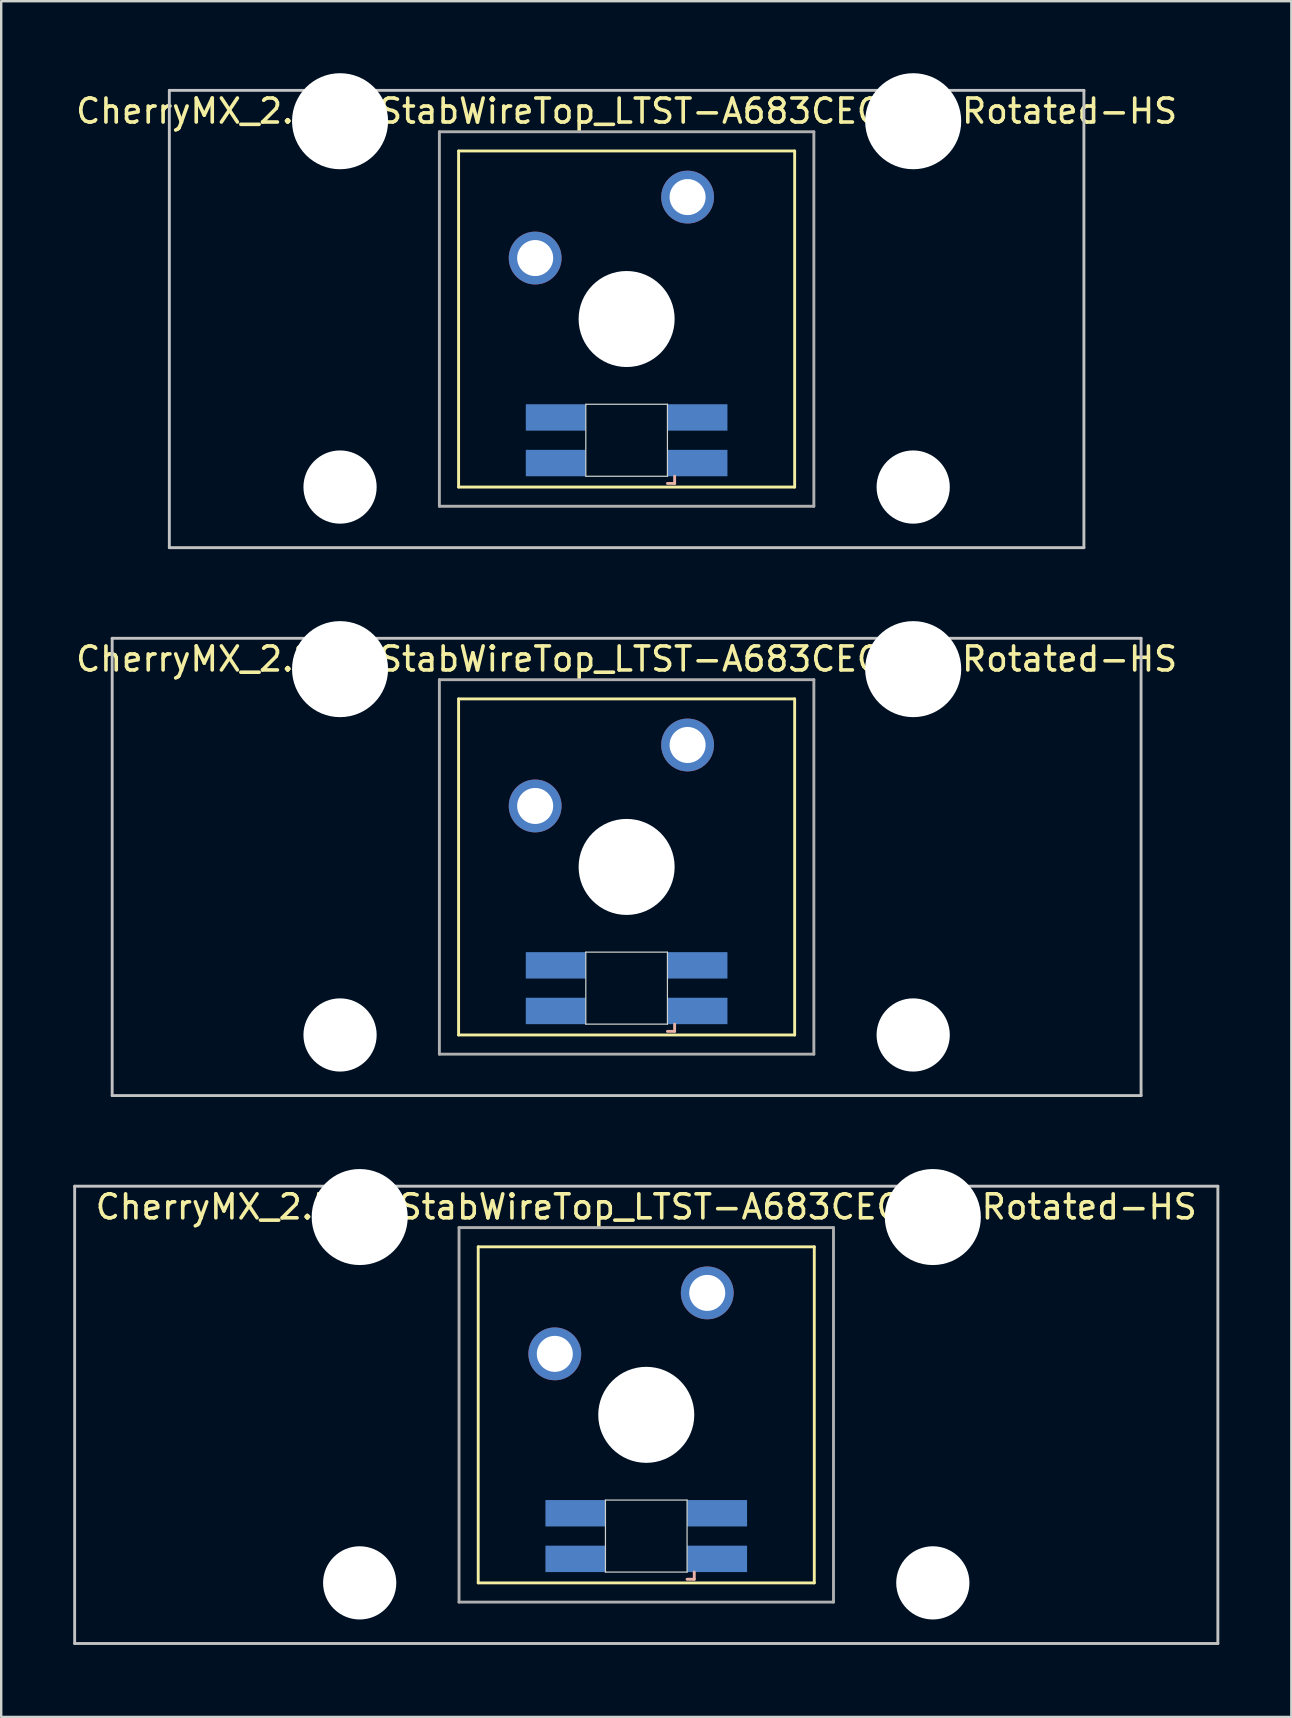
<source format=kicad_pcb>
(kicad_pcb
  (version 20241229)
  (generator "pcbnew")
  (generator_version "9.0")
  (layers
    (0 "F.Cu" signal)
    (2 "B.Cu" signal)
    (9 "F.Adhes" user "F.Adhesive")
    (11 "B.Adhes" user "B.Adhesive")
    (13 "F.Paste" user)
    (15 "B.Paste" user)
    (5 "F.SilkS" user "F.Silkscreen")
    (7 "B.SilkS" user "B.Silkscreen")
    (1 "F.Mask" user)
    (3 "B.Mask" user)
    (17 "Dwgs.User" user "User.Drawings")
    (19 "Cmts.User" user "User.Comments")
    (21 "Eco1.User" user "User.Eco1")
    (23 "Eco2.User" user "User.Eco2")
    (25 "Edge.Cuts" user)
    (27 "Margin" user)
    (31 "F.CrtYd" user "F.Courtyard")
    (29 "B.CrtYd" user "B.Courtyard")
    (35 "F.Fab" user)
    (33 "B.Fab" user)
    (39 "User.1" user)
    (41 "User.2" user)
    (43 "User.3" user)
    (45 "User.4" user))
  (footprint "CherryMX_2.25u_StabWireTop_LTST-A683CEGBW-Rotated-HS"
    (layer "F.Cu")
    (at 23.054 33.065)
    (property "Reference" "CherryMX_2.25u_StabWireTop_LTST-A683CEGBW-Rotated-HS" (at 0 -8.662 0) (layer "F.SilkS") (effects (font (size 1 1) (thickness 0.15))))
    (attr through_hole)
    (fp_line (start -7 -7) (end -7 7) (stroke (width 0.12) (type solid)) (layer "F.SilkS"))
    (fp_line (start -7 -7) (end 7 -7) (stroke (width 0.12) (type solid)) (layer "F.SilkS"))
    (fp_line (start 7 -7) (end 7 7) (stroke (width 0.12) (type solid)) (layer "F.SilkS"))
    (fp_line (start 7 7) (end -7 7) (stroke (width 0.12) (type solid)) (layer "F.SilkS"))
    (fp_line (start 1.7 6.85) (end 2 6.85) (stroke (width 0.12) (type solid)) (layer "B.SilkS"))
    (fp_line (start 2 6.85) (end 2 6.55) (stroke (width 0.12) (type solid)) (layer "B.SilkS"))
    (fp_line (start -21.431 -9.525) (end 21.431 -9.525) (stroke (width 0.12) (type solid)) (layer "Dwgs.User"))
    (fp_line (start -21.431 9.525) (end -21.431 -9.525) (stroke (width 0.12) (type solid)) (layer "Dwgs.User"))
    (fp_line (start 21.431 -9.525) (end 21.431 9.525) (stroke (width 0.12) (type solid)) (layer "Dwgs.User"))
    (fp_line (start 21.431 9.525) (end -21.431 9.525) (stroke (width 0.12) (type solid)) (layer "Dwgs.User"))
    (fp_line (start -1.7 3.55) (end 1.7 3.55) (stroke (width 0.05) (type solid)) (layer "Edge.Cuts"))
    (fp_line (start -1.7 6.55) (end -1.7 3.55) (stroke (width 0.05) (type solid)) (layer "Edge.Cuts"))
    (fp_line (start 1.7 3.55) (end 1.7 6.55) (stroke (width 0.05) (type solid)) (layer "Edge.Cuts"))
    (fp_line (start 1.7 6.55) (end -1.7 6.55) (stroke (width 0.05) (type solid)) (layer "Edge.Cuts"))
    (fp_line (start -7.8 -7.8) (end -7.8 7.8) (stroke (width 0.12) (type solid)) (layer "F.Fab"))
    (fp_line (start -7.8 -7.8) (end 7.8 -7.8) (stroke (width 0.12) (type solid)) (layer "F.Fab"))
    (fp_line (start -7.8 7.8) (end 7.8 7.8) (stroke (width 0.12) (type solid)) (layer "F.Fab"))
    (fp_line (start 7.8 -7.8) (end 7.8 7.8) (stroke (width 0.12) (type solid)) (layer "F.Fab"))
    (pad "" np_thru_hole circle (at -11.938 -8.24) (size 4 4) (drill 4) (layers "*.Cu" "*.Mask"))
    (pad "" np_thru_hole circle (at -11.938 7) (size 3.05 3.05) (drill 3.05) (layers "*.Cu" "*.Mask"))
    (pad "" np_thru_hole circle (at 0 0) (size 4 4) (drill 4) (layers "*.Cu" "*.Mask"))
    (pad "" np_thru_hole circle (at 11.938 -8.24) (size 4 4) (drill 4) (layers "*.Cu" "*.Mask"))
    (pad "" np_thru_hole circle (at 11.938 7) (size 3.05 3.05) (drill 3.05) (layers "*.Cu" "*.Mask"))
    (pad "1" thru_hole circle (at -3.81 -2.54) (size 2.2 2.2) (drill 1.5) (layers "*.Cu" "*.Mask"))
    (pad "2" thru_hole circle (at 2.54 -5.08) (size 2.2 2.2) (drill 1.5) (layers "*.Cu" "*.Mask"))
    (pad "3" smd rect (at 2.95 6) (size 2.5 1.1) (layers "B.Cu" "B.Mask" "B.Paste"))
    (pad "4" smd rect (at 2.95 4.1) (size 2.5 1.1) (layers "B.Cu" "B.Mask" "B.Paste"))
    (pad "5" smd rect (at -2.95 6) (size 2.5 1.1) (layers "B.Cu" "B.Mask" "B.Paste"))
    (pad "6" smd rect (at -2.95 4.1) (size 2.5 1.1) (layers "B.Cu" "B.Mask" "B.Paste")))
  (footprint "CherryMX_2.50u_StabWireTop_LTST-A683CEGBW-Rotated-HS"
    (layer "F.Cu")
    (at 23.872 55.89)
    (property "Reference" "CherryMX_2.50u_StabWireTop_LTST-A683CEGBW-Rotated-HS" (at 0 -8.662 0) (layer "F.SilkS") (effects (font (size 1 1) (thickness 0.15))))
    (attr through_hole)
    (fp_line (start -7 -7) (end -7 7) (stroke (width 0.12) (type solid)) (layer "F.SilkS"))
    (fp_line (start -7 -7) (end 7 -7) (stroke (width 0.12) (type solid)) (layer "F.SilkS"))
    (fp_line (start 7 -7) (end 7 7) (stroke (width 0.12) (type solid)) (layer "F.SilkS"))
    (fp_line (start 7 7) (end -7 7) (stroke (width 0.12) (type solid)) (layer "F.SilkS"))
    (fp_line (start 1.7 6.85) (end 2 6.85) (stroke (width 0.12) (type solid)) (layer "B.SilkS"))
    (fp_line (start 2 6.85) (end 2 6.55) (stroke (width 0.12) (type solid)) (layer "B.SilkS"))
    (fp_line (start -23.812 -9.525) (end 23.812 -9.525) (stroke (width 0.12) (type solid)) (layer "Dwgs.User"))
    (fp_line (start -23.812 9.525) (end -23.812 -9.525) (stroke (width 0.12) (type solid)) (layer "Dwgs.User"))
    (fp_line (start 23.812 -9.525) (end 23.812 9.525) (stroke (width 0.12) (type solid)) (layer "Dwgs.User"))
    (fp_line (start 23.812 9.525) (end -23.812 9.525) (stroke (width 0.12) (type solid)) (layer "Dwgs.User"))
    (fp_line (start -1.7 3.55) (end 1.7 3.55) (stroke (width 0.05) (type solid)) (layer "Edge.Cuts"))
    (fp_line (start -1.7 6.55) (end -1.7 3.55) (stroke (width 0.05) (type solid)) (layer "Edge.Cuts"))
    (fp_line (start 1.7 3.55) (end 1.7 6.55) (stroke (width 0.05) (type solid)) (layer "Edge.Cuts"))
    (fp_line (start 1.7 6.55) (end -1.7 6.55) (stroke (width 0.05) (type solid)) (layer "Edge.Cuts"))
    (fp_line (start -7.8 -7.8) (end -7.8 7.8) (stroke (width 0.12) (type solid)) (layer "F.Fab"))
    (fp_line (start -7.8 -7.8) (end 7.8 -7.8) (stroke (width 0.12) (type solid)) (layer "F.Fab"))
    (fp_line (start -7.8 7.8) (end 7.8 7.8) (stroke (width 0.12) (type solid)) (layer "F.Fab"))
    (fp_line (start 7.8 -7.8) (end 7.8 7.8) (stroke (width 0.12) (type solid)) (layer "F.Fab"))
    (pad "" np_thru_hole circle (at -11.938 -8.24) (size 4 4) (drill 4) (layers "*.Cu" "*.Mask"))
    (pad "" np_thru_hole circle (at -11.938 7) (size 3.05 3.05) (drill 3.05) (layers "*.Cu" "*.Mask"))
    (pad "" np_thru_hole circle (at 0 0) (size 4 4) (drill 4) (layers "*.Cu" "*.Mask"))
    (pad "" np_thru_hole circle (at 11.938 -8.24) (size 4 4) (drill 4) (layers "*.Cu" "*.Mask"))
    (pad "" np_thru_hole circle (at 11.938 7) (size 3.05 3.05) (drill 3.05) (layers "*.Cu" "*.Mask"))
    (pad "1" thru_hole circle (at -3.81 -2.54) (size 2.2 2.2) (drill 1.5) (layers "*.Cu" "*.Mask"))
    (pad "2" thru_hole circle (at 2.54 -5.08) (size 2.2 2.2) (drill 1.5) (layers "*.Cu" "*.Mask"))
    (pad "3" smd rect (at 2.95 6) (size 2.5 1.1) (layers "B.Cu" "B.Mask" "B.Paste"))
    (pad "4" smd rect (at 2.95 4.1) (size 2.5 1.1) (layers "B.Cu" "B.Mask" "B.Paste"))
    (pad "5" smd rect (at -2.95 6) (size 2.5 1.1) (layers "B.Cu" "B.Mask" "B.Paste"))
    (pad "6" smd rect (at -2.95 4.1) (size 2.5 1.1) (layers "B.Cu" "B.Mask" "B.Paste")))
  (footprint "CherryMX_2.00u_StabWireTop_LTST-A683CEGBW-Rotated-HS"
    (layer "F.Cu")
    (at 23.054 10.24)
    (property "Reference" "CherryMX_2.00u_StabWireTop_LTST-A683CEGBW-Rotated-HS" (at 0 -8.662 0) (layer "F.SilkS") (effects (font (size 1 1) (thickness 0.15))))
    (attr through_hole)
    (fp_line (start -7 -7) (end -7 7) (stroke (width 0.12) (type solid)) (layer "F.SilkS"))
    (fp_line (start -7 -7) (end 7 -7) (stroke (width 0.12) (type solid)) (layer "F.SilkS"))
    (fp_line (start 7 -7) (end 7 7) (stroke (width 0.12) (type solid)) (layer "F.SilkS"))
    (fp_line (start 7 7) (end -7 7) (stroke (width 0.12) (type solid)) (layer "F.SilkS"))
    (fp_line (start 1.7 6.85) (end 2 6.85) (stroke (width 0.12) (type solid)) (layer "B.SilkS"))
    (fp_line (start 2 6.85) (end 2 6.55) (stroke (width 0.12) (type solid)) (layer "B.SilkS"))
    (fp_line (start -19.05 -9.525) (end 19.05 -9.525) (stroke (width 0.12) (type solid)) (layer "Dwgs.User"))
    (fp_line (start -19.05 9.525) (end -19.05 -9.525) (stroke (width 0.12) (type solid)) (layer "Dwgs.User"))
    (fp_line (start 19.05 -9.525) (end 19.05 9.525) (stroke (width 0.12) (type solid)) (layer "Dwgs.User"))
    (fp_line (start 19.05 9.525) (end -19.05 9.525) (stroke (width 0.12) (type solid)) (layer "Dwgs.User"))
    (fp_line (start -1.7 3.55) (end 1.7 3.55) (stroke (width 0.05) (type solid)) (layer "Edge.Cuts"))
    (fp_line (start -1.7 6.55) (end -1.7 3.55) (stroke (width 0.05) (type solid)) (layer "Edge.Cuts"))
    (fp_line (start 1.7 3.55) (end 1.7 6.55) (stroke (width 0.05) (type solid)) (layer "Edge.Cuts"))
    (fp_line (start 1.7 6.55) (end -1.7 6.55) (stroke (width 0.05) (type solid)) (layer "Edge.Cuts"))
    (fp_line (start -7.8 -7.8) (end -7.8 7.8) (stroke (width 0.12) (type solid)) (layer "F.Fab"))
    (fp_line (start -7.8 -7.8) (end 7.8 -7.8) (stroke (width 0.12) (type solid)) (layer "F.Fab"))
    (fp_line (start -7.8 7.8) (end 7.8 7.8) (stroke (width 0.12) (type solid)) (layer "F.Fab"))
    (fp_line (start 7.8 -7.8) (end 7.8 7.8) (stroke (width 0.12) (type solid)) (layer "F.Fab"))
    (pad "" np_thru_hole circle (at -11.938 -8.24) (size 4 4) (drill 4) (layers "*.Cu" "*.Mask"))
    (pad "" np_thru_hole circle (at -11.938 7) (size 3.05 3.05) (drill 3.05) (layers "*.Cu" "*.Mask"))
    (pad "" np_thru_hole circle (at 0 0) (size 4 4) (drill 4) (layers "*.Cu" "*.Mask"))
    (pad "" np_thru_hole circle (at 11.938 -8.24) (size 4 4) (drill 4) (layers "*.Cu" "*.Mask"))
    (pad "" np_thru_hole circle (at 11.938 7) (size 3.05 3.05) (drill 3.05) (layers "*.Cu" "*.Mask"))
    (pad "1" thru_hole circle (at -3.81 -2.54) (size 2.2 2.2) (drill 1.5) (layers "*.Cu" "*.Mask"))
    (pad "2" thru_hole circle (at 2.54 -5.08) (size 2.2 2.2) (drill 1.5) (layers "*.Cu" "*.Mask"))
    (pad "3" smd rect (at 2.95 6) (size 2.5 1.1) (layers "B.Cu" "B.Mask" "B.Paste"))
    (pad "4" smd rect (at 2.95 4.1) (size 2.5 1.1) (layers "B.Cu" "B.Mask" "B.Paste"))
    (pad "5" smd rect (at -2.95 6) (size 2.5 1.1) (layers "B.Cu" "B.Mask" "B.Paste"))
    (pad "6" smd rect (at -2.95 4.1) (size 2.5 1.1) (layers "B.Cu" "B.Mask" "B.Paste")))
  (gr_rect
    (start -3 -3)
    (end 50.745 68.475)
    (stroke (width 0.1) (type default))
    (fill no)
    (layer "Edge.Cuts")))
</source>
